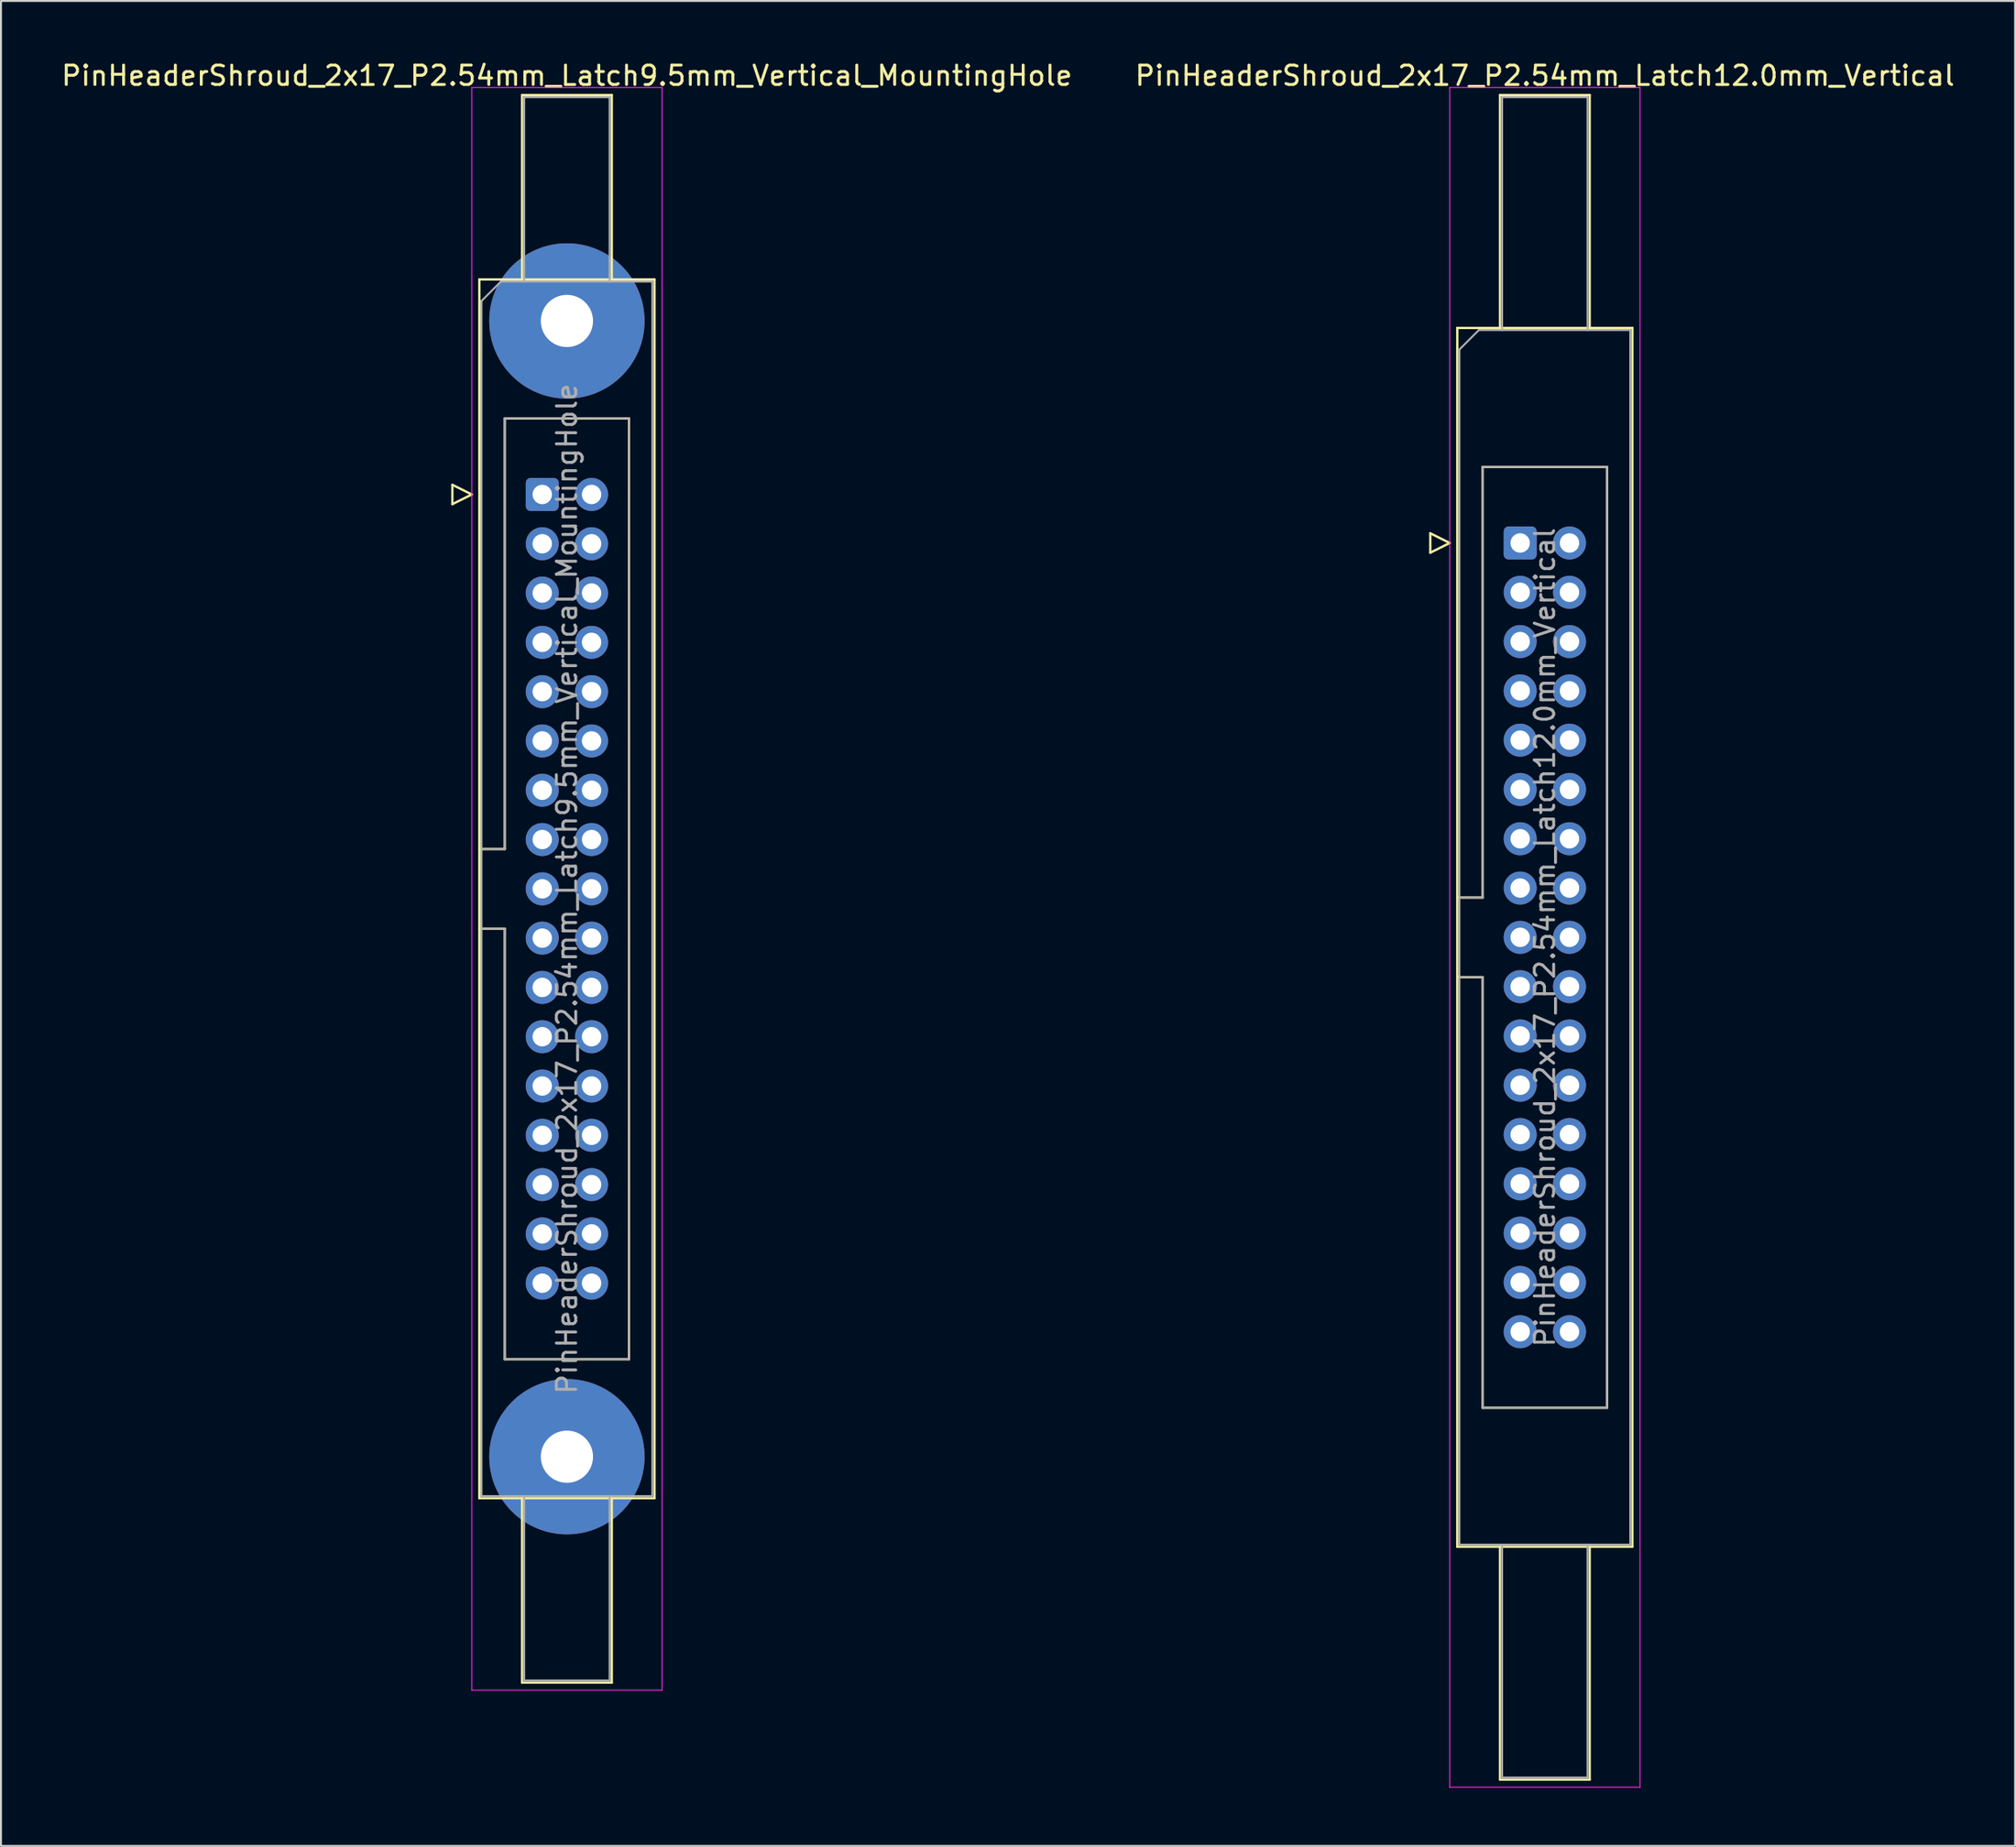
<source format=kicad_pcb>
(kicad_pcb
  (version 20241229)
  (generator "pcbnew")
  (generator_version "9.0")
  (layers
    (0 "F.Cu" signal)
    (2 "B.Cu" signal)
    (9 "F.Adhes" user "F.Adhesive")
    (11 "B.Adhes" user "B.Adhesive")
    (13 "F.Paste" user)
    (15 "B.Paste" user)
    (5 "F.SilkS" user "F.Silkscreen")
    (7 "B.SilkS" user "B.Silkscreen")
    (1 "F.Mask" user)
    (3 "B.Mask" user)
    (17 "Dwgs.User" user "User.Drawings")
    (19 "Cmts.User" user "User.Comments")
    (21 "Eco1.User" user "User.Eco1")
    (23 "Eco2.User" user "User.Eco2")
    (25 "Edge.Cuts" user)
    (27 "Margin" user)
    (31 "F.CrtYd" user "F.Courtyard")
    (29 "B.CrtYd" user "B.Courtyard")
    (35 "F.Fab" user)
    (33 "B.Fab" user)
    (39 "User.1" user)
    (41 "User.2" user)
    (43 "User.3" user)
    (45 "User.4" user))
  (footprint "PinHeaderShroud_2x17_P2.54mm_Latch9.5mm_Vertical_MountingHole"
    (layer "F.Cu")
    (at 24.879 22.428)
    (property "Reference" "PinHeaderShroud_2x17_P2.54mm_Latch9.5mm_Vertical_MountingHole" (at 1.27 -21.58 0) (layer "F.SilkS") (effects (font (size 1 1) (thickness 0.15))))
    (attr through_hole)
    (fp_line (start -4.63 -0.5) (end -4.63 0.5) (stroke (width 0.12) (type solid)) (layer "F.SilkS"))
    (fp_line (start -4.63 0.5) (end -3.63 0) (stroke (width 0.12) (type solid)) (layer "F.SilkS"))
    (fp_line (start -3.63 0) (end -4.63 -0.5) (stroke (width 0.12) (type solid)) (layer "F.SilkS"))
    (fp_line (start -3.24 -11.08) (end 5.78 -11.08) (stroke (width 0.12) (type solid)) (layer "F.SilkS"))
    (fp_line (start -3.24 18.27) (end -1.93 18.27) (stroke (width 0.12) (type solid)) (layer "F.SilkS"))
    (fp_line (start -3.24 22.37) (end -1.93 22.37) (stroke (width 0.12) (type solid)) (layer "F.SilkS"))
    (fp_line (start -3.24 51.72) (end -3.24 -11.08) (stroke (width 0.12) (type solid)) (layer "F.SilkS"))
    (fp_line (start -1.93 -3.92) (end 4.47 -3.92) (stroke (width 0.12) (type solid)) (layer "F.SilkS"))
    (fp_line (start -1.93 18.27) (end -1.93 -3.92) (stroke (width 0.12) (type solid)) (layer "F.SilkS"))
    (fp_line (start -1.93 44.56) (end -1.93 22.37) (stroke (width 0.12) (type solid)) (layer "F.SilkS"))
    (fp_line (start -1.04 -20.58) (end 3.58 -20.58) (stroke (width 0.12) (type solid)) (layer "F.SilkS"))
    (fp_line (start -1.04 -11.08) (end -1.04 -20.58) (stroke (width 0.12) (type solid)) (layer "F.SilkS"))
    (fp_line (start -1.04 51.72) (end -1.04 61.22) (stroke (width 0.12) (type solid)) (layer "F.SilkS"))
    (fp_line (start -1.04 61.22) (end 3.58 61.22) (stroke (width 0.12) (type solid)) (layer "F.SilkS"))
    (fp_line (start 3.58 -20.58) (end 3.58 -11.08) (stroke (width 0.12) (type solid)) (layer "F.SilkS"))
    (fp_line (start 3.58 61.22) (end 3.58 51.72) (stroke (width 0.12) (type solid)) (layer "F.SilkS"))
    (fp_line (start 4.47 -3.92) (end 4.47 44.56) (stroke (width 0.12) (type solid)) (layer "F.SilkS"))
    (fp_line (start 4.47 44.56) (end -1.93 44.56) (stroke (width 0.12) (type solid)) (layer "F.SilkS"))
    (fp_line (start 5.78 -11.08) (end 5.78 51.72) (stroke (width 0.12) (type solid)) (layer "F.SilkS"))
    (fp_line (start 5.78 51.72) (end -3.24 51.72) (stroke (width 0.12) (type solid)) (layer "F.SilkS"))
    (fp_line (start -3.63 -20.97) (end -3.63 61.61) (stroke (width 0.05) (type solid)) (layer "F.CrtYd"))
    (fp_line (start -3.63 61.61) (end 6.17 61.61) (stroke (width 0.05) (type solid)) (layer "F.CrtYd"))
    (fp_line (start 6.17 -20.97) (end -3.63 -20.97) (stroke (width 0.05) (type solid)) (layer "F.CrtYd"))
    (fp_line (start 6.17 61.61) (end 6.17 -20.97) (stroke (width 0.05) (type solid)) (layer "F.CrtYd"))
    (fp_line (start -3.13 -9.97) (end -2.13 -10.97) (stroke (width 0.1) (type solid)) (layer "F.Fab"))
    (fp_line (start -3.13 18.27) (end -1.93 18.27) (stroke (width 0.1) (type solid)) (layer "F.Fab"))
    (fp_line (start -3.13 22.37) (end -1.93 22.37) (stroke (width 0.1) (type solid)) (layer "F.Fab"))
    (fp_line (start -3.13 51.61) (end -3.13 -9.97) (stroke (width 0.1) (type solid)) (layer "F.Fab"))
    (fp_line (start -2.13 -10.97) (end 5.67 -10.97) (stroke (width 0.1) (type solid)) (layer "F.Fab"))
    (fp_line (start -1.93 -3.92) (end 4.47 -3.92) (stroke (width 0.1) (type solid)) (layer "F.Fab"))
    (fp_line (start -1.93 18.27) (end -1.93 -3.92) (stroke (width 0.1) (type solid)) (layer "F.Fab"))
    (fp_line (start -1.93 44.56) (end -1.93 22.37) (stroke (width 0.1) (type solid)) (layer "F.Fab"))
    (fp_line (start -0.93 -20.47) (end 3.47 -20.47) (stroke (width 0.1) (type solid)) (layer "F.Fab"))
    (fp_line (start -0.93 -10.97) (end -0.93 -20.47) (stroke (width 0.1) (type solid)) (layer "F.Fab"))
    (fp_line (start -0.93 51.61) (end -0.93 61.11) (stroke (width 0.1) (type solid)) (layer "F.Fab"))
    (fp_line (start -0.93 61.11) (end 3.47 61.11) (stroke (width 0.1) (type solid)) (layer "F.Fab"))
    (fp_line (start 3.47 -20.47) (end 3.47 -10.97) (stroke (width 0.1) (type solid)) (layer "F.Fab"))
    (fp_line (start 3.47 61.11) (end 3.47 51.61) (stroke (width 0.1) (type solid)) (layer "F.Fab"))
    (fp_line (start 4.47 -3.92) (end 4.47 44.56) (stroke (width 0.1) (type solid)) (layer "F.Fab"))
    (fp_line (start 4.47 44.56) (end -1.93 44.56) (stroke (width 0.1) (type solid)) (layer "F.Fab"))
    (fp_line (start 5.67 -10.97) (end 5.67 51.61) (stroke (width 0.1) (type solid)) (layer "F.Fab"))
    (fp_line (start 5.67 51.61) (end -3.13 51.61) (stroke (width 0.1) (type solid)) (layer "F.Fab"))
    (fp_text user "${REFERENCE}" (at 1.27 20.32 90) (layer "F.Fab") (effects (font (size 1 1) (thickness 0.15))))
    (pad "" thru_hole circle (at 1.27 -8.94) (size 8 8) (drill 2.69) (layers "*.Cu" "*.Mask"))
    (pad "" thru_hole circle (at 1.27 49.58) (size 8 8) (drill 2.69) (layers "*.Cu" "*.Mask"))
    (pad "1" thru_hole roundrect (at 0 0) (size 1.7 1.7) (drill 1) (layers "*.Cu" "*.Mask") (roundrect_rratio 0.147))
    (pad "2" thru_hole circle (at 2.54 0) (size 1.7 1.7) (drill 1) (layers "*.Cu" "*.Mask"))
    (pad "3" thru_hole circle (at 0 2.54) (size 1.7 1.7) (drill 1) (layers "*.Cu" "*.Mask"))
    (pad "4" thru_hole circle (at 2.54 2.54) (size 1.7 1.7) (drill 1) (layers "*.Cu" "*.Mask"))
    (pad "5" thru_hole circle (at 0 5.08) (size 1.7 1.7) (drill 1) (layers "*.Cu" "*.Mask"))
    (pad "6" thru_hole circle (at 2.54 5.08) (size 1.7 1.7) (drill 1) (layers "*.Cu" "*.Mask"))
    (pad "7" thru_hole circle (at 0 7.62) (size 1.7 1.7) (drill 1) (layers "*.Cu" "*.Mask"))
    (pad "8" thru_hole circle (at 2.54 7.62) (size 1.7 1.7) (drill 1) (layers "*.Cu" "*.Mask"))
    (pad "9" thru_hole circle (at 0 10.16) (size 1.7 1.7) (drill 1) (layers "*.Cu" "*.Mask"))
    (pad "10" thru_hole circle (at 2.54 10.16) (size 1.7 1.7) (drill 1) (layers "*.Cu" "*.Mask"))
    (pad "11" thru_hole circle (at 0 12.7) (size 1.7 1.7) (drill 1) (layers "*.Cu" "*.Mask"))
    (pad "12" thru_hole circle (at 2.54 12.7) (size 1.7 1.7) (drill 1) (layers "*.Cu" "*.Mask"))
    (pad "13" thru_hole circle (at 0 15.24) (size 1.7 1.7) (drill 1) (layers "*.Cu" "*.Mask"))
    (pad "14" thru_hole circle (at 2.54 15.24) (size 1.7 1.7) (drill 1) (layers "*.Cu" "*.Mask"))
    (pad "15" thru_hole circle (at 0 17.78) (size 1.7 1.7) (drill 1) (layers "*.Cu" "*.Mask"))
    (pad "16" thru_hole circle (at 2.54 17.78) (size 1.7 1.7) (drill 1) (layers "*.Cu" "*.Mask"))
    (pad "17" thru_hole circle (at 0 20.32) (size 1.7 1.7) (drill 1) (layers "*.Cu" "*.Mask"))
    (pad "18" thru_hole circle (at 2.54 20.32) (size 1.7 1.7) (drill 1) (layers "*.Cu" "*.Mask"))
    (pad "19" thru_hole circle (at 0 22.86) (size 1.7 1.7) (drill 1) (layers "*.Cu" "*.Mask"))
    (pad "20" thru_hole circle (at 2.54 22.86) (size 1.7 1.7) (drill 1) (layers "*.Cu" "*.Mask"))
    (pad "21" thru_hole circle (at 0 25.4) (size 1.7 1.7) (drill 1) (layers "*.Cu" "*.Mask"))
    (pad "22" thru_hole circle (at 2.54 25.4) (size 1.7 1.7) (drill 1) (layers "*.Cu" "*.Mask"))
    (pad "23" thru_hole circle (at 0 27.94) (size 1.7 1.7) (drill 1) (layers "*.Cu" "*.Mask"))
    (pad "24" thru_hole circle (at 2.54 27.94) (size 1.7 1.7) (drill 1) (layers "*.Cu" "*.Mask"))
    (pad "25" thru_hole circle (at 0 30.48) (size 1.7 1.7) (drill 1) (layers "*.Cu" "*.Mask"))
    (pad "26" thru_hole circle (at 2.54 30.48) (size 1.7 1.7) (drill 1) (layers "*.Cu" "*.Mask"))
    (pad "27" thru_hole circle (at 0 33.02) (size 1.7 1.7) (drill 1) (layers "*.Cu" "*.Mask"))
    (pad "28" thru_hole circle (at 2.54 33.02) (size 1.7 1.7) (drill 1) (layers "*.Cu" "*.Mask"))
    (pad "29" thru_hole circle (at 0 35.56) (size 1.7 1.7) (drill 1) (layers "*.Cu" "*.Mask"))
    (pad "30" thru_hole circle (at 2.54 35.56) (size 1.7 1.7) (drill 1) (layers "*.Cu" "*.Mask"))
    (pad "31" thru_hole circle (at 0 38.1) (size 1.7 1.7) (drill 1) (layers "*.Cu" "*.Mask"))
    (pad "32" thru_hole circle (at 2.54 38.1) (size 1.7 1.7) (drill 1) (layers "*.Cu" "*.Mask"))
    (pad "33" thru_hole circle (at 0 40.64) (size 1.7 1.7) (drill 1) (layers "*.Cu" "*.Mask"))
    (pad "34" thru_hole circle (at 2.54 40.64) (size 1.7 1.7) (drill 1) (layers "*.Cu" "*.Mask")))
  (footprint "PinHeaderShroud_2x17_P2.54mm_Latch12.0mm_Vertical"
    (layer "F.Cu")
    (at 75.248 24.928)
    (property "Reference" "PinHeaderShroud_2x17_P2.54mm_Latch12.0mm_Vertical" (at 1.27 -24.08 0) (layer "F.SilkS") (effects (font (size 1 1) (thickness 0.15))))
    (attr through_hole)
    (fp_line (start -4.63 -0.5) (end -4.63 0.5) (stroke (width 0.12) (type solid)) (layer "F.SilkS"))
    (fp_line (start -4.63 0.5) (end -3.63 0) (stroke (width 0.12) (type solid)) (layer "F.SilkS"))
    (fp_line (start -3.63 0) (end -4.63 -0.5) (stroke (width 0.12) (type solid)) (layer "F.SilkS"))
    (fp_line (start -3.24 -11.08) (end 5.78 -11.08) (stroke (width 0.12) (type solid)) (layer "F.SilkS"))
    (fp_line (start -3.24 18.27) (end -1.93 18.27) (stroke (width 0.12) (type solid)) (layer "F.SilkS"))
    (fp_line (start -3.24 22.37) (end -1.93 22.37) (stroke (width 0.12) (type solid)) (layer "F.SilkS"))
    (fp_line (start -3.24 51.72) (end -3.24 -11.08) (stroke (width 0.12) (type solid)) (layer "F.SilkS"))
    (fp_line (start -1.93 -3.92) (end 4.47 -3.92) (stroke (width 0.12) (type solid)) (layer "F.SilkS"))
    (fp_line (start -1.93 18.27) (end -1.93 -3.92) (stroke (width 0.12) (type solid)) (layer "F.SilkS"))
    (fp_line (start -1.93 44.56) (end -1.93 22.37) (stroke (width 0.12) (type solid)) (layer "F.SilkS"))
    (fp_line (start -1.04 -23.08) (end 3.58 -23.08) (stroke (width 0.12) (type solid)) (layer "F.SilkS"))
    (fp_line (start -1.04 -11.08) (end -1.04 -23.08) (stroke (width 0.12) (type solid)) (layer "F.SilkS"))
    (fp_line (start -1.04 51.72) (end -1.04 63.72) (stroke (width 0.12) (type solid)) (layer "F.SilkS"))
    (fp_line (start -1.04 63.72) (end 3.58 63.72) (stroke (width 0.12) (type solid)) (layer "F.SilkS"))
    (fp_line (start 3.58 -23.08) (end 3.58 -11.08) (stroke (width 0.12) (type solid)) (layer "F.SilkS"))
    (fp_line (start 3.58 63.72) (end 3.58 51.72) (stroke (width 0.12) (type solid)) (layer "F.SilkS"))
    (fp_line (start 4.47 -3.92) (end 4.47 44.56) (stroke (width 0.12) (type solid)) (layer "F.SilkS"))
    (fp_line (start 4.47 44.56) (end -1.93 44.56) (stroke (width 0.12) (type solid)) (layer "F.SilkS"))
    (fp_line (start 5.78 -11.08) (end 5.78 51.72) (stroke (width 0.12) (type solid)) (layer "F.SilkS"))
    (fp_line (start 5.78 51.72) (end -3.24 51.72) (stroke (width 0.12) (type solid)) (layer "F.SilkS"))
    (fp_line (start -3.63 -23.47) (end -3.63 64.11) (stroke (width 0.05) (type solid)) (layer "F.CrtYd"))
    (fp_line (start -3.63 64.11) (end 6.17 64.11) (stroke (width 0.05) (type solid)) (layer "F.CrtYd"))
    (fp_line (start 6.17 -23.47) (end -3.63 -23.47) (stroke (width 0.05) (type solid)) (layer "F.CrtYd"))
    (fp_line (start 6.17 64.11) (end 6.17 -23.47) (stroke (width 0.05) (type solid)) (layer "F.CrtYd"))
    (fp_line (start -3.13 -9.97) (end -2.13 -10.97) (stroke (width 0.1) (type solid)) (layer "F.Fab"))
    (fp_line (start -3.13 18.27) (end -1.93 18.27) (stroke (width 0.1) (type solid)) (layer "F.Fab"))
    (fp_line (start -3.13 22.37) (end -1.93 22.37) (stroke (width 0.1) (type solid)) (layer "F.Fab"))
    (fp_line (start -3.13 51.61) (end -3.13 -9.97) (stroke (width 0.1) (type solid)) (layer "F.Fab"))
    (fp_line (start -2.13 -10.97) (end 5.67 -10.97) (stroke (width 0.1) (type solid)) (layer "F.Fab"))
    (fp_line (start -1.93 -3.92) (end 4.47 -3.92) (stroke (width 0.1) (type solid)) (layer "F.Fab"))
    (fp_line (start -1.93 18.27) (end -1.93 -3.92) (stroke (width 0.1) (type solid)) (layer "F.Fab"))
    (fp_line (start -1.93 44.56) (end -1.93 22.37) (stroke (width 0.1) (type solid)) (layer "F.Fab"))
    (fp_line (start -0.93 -22.97) (end 3.47 -22.97) (stroke (width 0.1) (type solid)) (layer "F.Fab"))
    (fp_line (start -0.93 -10.97) (end -0.93 -22.97) (stroke (width 0.1) (type solid)) (layer "F.Fab"))
    (fp_line (start -0.93 51.61) (end -0.93 63.61) (stroke (width 0.1) (type solid)) (layer "F.Fab"))
    (fp_line (start -0.93 63.61) (end 3.47 63.61) (stroke (width 0.1) (type solid)) (layer "F.Fab"))
    (fp_line (start 3.47 -22.97) (end 3.47 -10.97) (stroke (width 0.1) (type solid)) (layer "F.Fab"))
    (fp_line (start 3.47 63.61) (end 3.47 51.61) (stroke (width 0.1) (type solid)) (layer "F.Fab"))
    (fp_line (start 4.47 -3.92) (end 4.47 44.56) (stroke (width 0.1) (type solid)) (layer "F.Fab"))
    (fp_line (start 4.47 44.56) (end -1.93 44.56) (stroke (width 0.1) (type solid)) (layer "F.Fab"))
    (fp_line (start 5.67 -10.97) (end 5.67 51.61) (stroke (width 0.1) (type solid)) (layer "F.Fab"))
    (fp_line (start 5.67 51.61) (end -3.13 51.61) (stroke (width 0.1) (type solid)) (layer "F.Fab"))
    (fp_text user "${REFERENCE}" (at 1.27 20.32 90) (layer "F.Fab") (effects (font (size 1 1) (thickness 0.15))))
    (pad "1" thru_hole roundrect (at 0 0) (size 1.7 1.7) (drill 1) (layers "*.Cu" "*.Mask") (roundrect_rratio 0.147))
    (pad "2" thru_hole circle (at 2.54 0) (size 1.7 1.7) (drill 1) (layers "*.Cu" "*.Mask"))
    (pad "3" thru_hole circle (at 0 2.54) (size 1.7 1.7) (drill 1) (layers "*.Cu" "*.Mask"))
    (pad "4" thru_hole circle (at 2.54 2.54) (size 1.7 1.7) (drill 1) (layers "*.Cu" "*.Mask"))
    (pad "5" thru_hole circle (at 0 5.08) (size 1.7 1.7) (drill 1) (layers "*.Cu" "*.Mask"))
    (pad "6" thru_hole circle (at 2.54 5.08) (size 1.7 1.7) (drill 1) (layers "*.Cu" "*.Mask"))
    (pad "7" thru_hole circle (at 0 7.62) (size 1.7 1.7) (drill 1) (layers "*.Cu" "*.Mask"))
    (pad "8" thru_hole circle (at 2.54 7.62) (size 1.7 1.7) (drill 1) (layers "*.Cu" "*.Mask"))
    (pad "9" thru_hole circle (at 0 10.16) (size 1.7 1.7) (drill 1) (layers "*.Cu" "*.Mask"))
    (pad "10" thru_hole circle (at 2.54 10.16) (size 1.7 1.7) (drill 1) (layers "*.Cu" "*.Mask"))
    (pad "11" thru_hole circle (at 0 12.7) (size 1.7 1.7) (drill 1) (layers "*.Cu" "*.Mask"))
    (pad "12" thru_hole circle (at 2.54 12.7) (size 1.7 1.7) (drill 1) (layers "*.Cu" "*.Mask"))
    (pad "13" thru_hole circle (at 0 15.24) (size 1.7 1.7) (drill 1) (layers "*.Cu" "*.Mask"))
    (pad "14" thru_hole circle (at 2.54 15.24) (size 1.7 1.7) (drill 1) (layers "*.Cu" "*.Mask"))
    (pad "15" thru_hole circle (at 0 17.78) (size 1.7 1.7) (drill 1) (layers "*.Cu" "*.Mask"))
    (pad "16" thru_hole circle (at 2.54 17.78) (size 1.7 1.7) (drill 1) (layers "*.Cu" "*.Mask"))
    (pad "17" thru_hole circle (at 0 20.32) (size 1.7 1.7) (drill 1) (layers "*.Cu" "*.Mask"))
    (pad "18" thru_hole circle (at 2.54 20.32) (size 1.7 1.7) (drill 1) (layers "*.Cu" "*.Mask"))
    (pad "19" thru_hole circle (at 0 22.86) (size 1.7 1.7) (drill 1) (layers "*.Cu" "*.Mask"))
    (pad "20" thru_hole circle (at 2.54 22.86) (size 1.7 1.7) (drill 1) (layers "*.Cu" "*.Mask"))
    (pad "21" thru_hole circle (at 0 25.4) (size 1.7 1.7) (drill 1) (layers "*.Cu" "*.Mask"))
    (pad "22" thru_hole circle (at 2.54 25.4) (size 1.7 1.7) (drill 1) (layers "*.Cu" "*.Mask"))
    (pad "23" thru_hole circle (at 0 27.94) (size 1.7 1.7) (drill 1) (layers "*.Cu" "*.Mask"))
    (pad "24" thru_hole circle (at 2.54 27.94) (size 1.7 1.7) (drill 1) (layers "*.Cu" "*.Mask"))
    (pad "25" thru_hole circle (at 0 30.48) (size 1.7 1.7) (drill 1) (layers "*.Cu" "*.Mask"))
    (pad "26" thru_hole circle (at 2.54 30.48) (size 1.7 1.7) (drill 1) (layers "*.Cu" "*.Mask"))
    (pad "27" thru_hole circle (at 0 33.02) (size 1.7 1.7) (drill 1) (layers "*.Cu" "*.Mask"))
    (pad "28" thru_hole circle (at 2.54 33.02) (size 1.7 1.7) (drill 1) (layers "*.Cu" "*.Mask"))
    (pad "29" thru_hole circle (at 0 35.56) (size 1.7 1.7) (drill 1) (layers "*.Cu" "*.Mask"))
    (pad "30" thru_hole circle (at 2.54 35.56) (size 1.7 1.7) (drill 1) (layers "*.Cu" "*.Mask"))
    (pad "31" thru_hole circle (at 0 38.1) (size 1.7 1.7) (drill 1) (layers "*.Cu" "*.Mask"))
    (pad "32" thru_hole circle (at 2.54 38.1) (size 1.7 1.7) (drill 1) (layers "*.Cu" "*.Mask"))
    (pad "33" thru_hole circle (at 0 40.64) (size 1.7 1.7) (drill 1) (layers "*.Cu" "*.Mask"))
    (pad "34" thru_hole circle (at 2.54 40.64) (size 1.7 1.7) (drill 1) (layers "*.Cu" "*.Mask")))
  (gr_rect
    (start -3 -3)
    (end 100.738 92.063)
    (stroke (width 0.1) (type default))
    (fill no)
    (layer "Edge.Cuts")))
</source>
